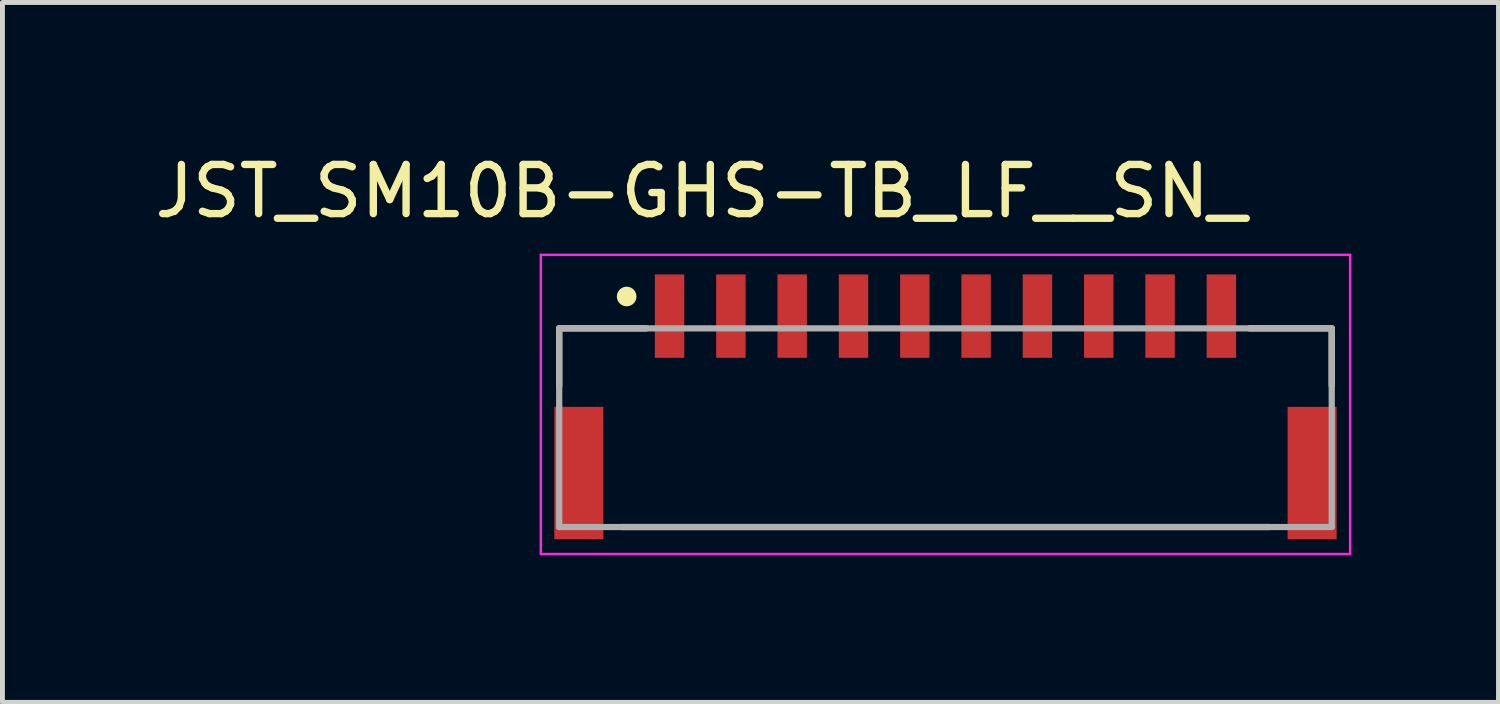
<source format=kicad_pcb>
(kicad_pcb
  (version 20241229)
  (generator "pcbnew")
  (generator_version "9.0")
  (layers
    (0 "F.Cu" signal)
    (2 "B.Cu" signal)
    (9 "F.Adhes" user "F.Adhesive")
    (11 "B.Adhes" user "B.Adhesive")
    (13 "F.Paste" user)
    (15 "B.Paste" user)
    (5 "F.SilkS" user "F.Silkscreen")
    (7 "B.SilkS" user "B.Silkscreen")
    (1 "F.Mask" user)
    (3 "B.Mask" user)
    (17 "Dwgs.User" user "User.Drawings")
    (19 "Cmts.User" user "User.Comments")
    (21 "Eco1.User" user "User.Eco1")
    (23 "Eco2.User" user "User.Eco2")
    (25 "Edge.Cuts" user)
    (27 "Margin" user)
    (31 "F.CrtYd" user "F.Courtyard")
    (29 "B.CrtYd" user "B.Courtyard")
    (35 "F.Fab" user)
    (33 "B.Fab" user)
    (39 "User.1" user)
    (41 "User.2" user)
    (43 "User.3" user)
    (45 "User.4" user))
  (footprint "JST_SM10B-GHS-TB_LF__SN_"
    (layer "F.Cu")
    (at 16.226 6.595)
    (property "Reference" "JST_SM10B-GHS-TB_LF__SN_" (at -4.985 -5.746 0) (layer "F.SilkS") (effects (font (size 1.002 1.002) (thickness 0.15))))
    (attr smd)
    (fp_line (start -7.875 -2.95) (end -6.1 -2.95) (stroke (width 0.127) (type solid)) (layer "F.SilkS"))
    (fp_line (start -7.875 -1.77) (end -7.875 -2.95) (stroke (width 0.127) (type solid)) (layer "F.SilkS"))
    (fp_line (start -6.6 1.1) (end 6.6 1.1) (stroke (width 0.127) (type solid)) (layer "F.SilkS"))
    (fp_line (start 7.875 -2.95) (end 6.2 -2.95) (stroke (width 0.127) (type solid)) (layer "F.SilkS"))
    (fp_line (start 7.875 -1.78) (end 7.875 -2.95) (stroke (width 0.127) (type solid)) (layer "F.SilkS"))
    (fp_circle (center -6.5 -3.6) (end -6.4 -3.6) (stroke (width 0.2) (type solid)) (fill no) (layer "F.SilkS"))
    (fp_line (start -8.25 -4.45) (end 8.25 -4.45) (stroke (width 0.05) (type solid)) (layer "F.CrtYd"))
    (fp_line (start -8.25 1.65) (end -8.25 -4.45) (stroke (width 0.05) (type solid)) (layer "F.CrtYd"))
    (fp_line (start 8.25 -4.45) (end 8.25 1.65) (stroke (width 0.05) (type solid)) (layer "F.CrtYd"))
    (fp_line (start 8.25 1.65) (end -8.25 1.65) (stroke (width 0.05) (type solid)) (layer "F.CrtYd"))
    (fp_line (start -7.875 -2.95) (end 7.875 -2.95) (stroke (width 0.127) (type solid)) (layer "F.Fab"))
    (fp_line (start -7.875 1.1) (end -7.875 -2.95) (stroke (width 0.127) (type solid)) (layer "F.Fab"))
    (fp_line (start 7.875 -2.95) (end 7.875 1.1) (stroke (width 0.127) (type solid)) (layer "F.Fab"))
    (fp_line (start 7.875 1.1) (end -7.875 1.1) (stroke (width 0.127) (type solid)) (layer "F.Fab"))
    (pad "1" smd rect (at -5.625 -3.2) (size 0.6 1.7) (layers "F.Cu" "F.Mask" "F.Paste"))
    (pad "2" smd rect (at -4.375 -3.2) (size 0.6 1.7) (layers "F.Cu" "F.Mask" "F.Paste"))
    (pad "3" smd rect (at -3.125 -3.2) (size 0.6 1.7) (layers "F.Cu" "F.Mask" "F.Paste"))
    (pad "4" smd rect (at -1.875 -3.2) (size 0.6 1.7) (layers "F.Cu" "F.Mask" "F.Paste"))
    (pad "5" smd rect (at -0.625 -3.2) (size 0.6 1.7) (layers "F.Cu" "F.Mask" "F.Paste"))
    (pad "6" smd rect (at 0.625 -3.2) (size 0.6 1.7) (layers "F.Cu" "F.Mask" "F.Paste"))
    (pad "7" smd rect (at 1.875 -3.2) (size 0.6 1.7) (layers "F.Cu" "F.Mask" "F.Paste"))
    (pad "8" smd rect (at 3.125 -3.2) (size 0.6 1.7) (layers "F.Cu" "F.Mask" "F.Paste"))
    (pad "9" smd rect (at 4.375 -3.2) (size 0.6 1.7) (layers "F.Cu" "F.Mask" "F.Paste"))
    (pad "10" smd rect (at 5.625 -3.2) (size 0.6 1.7) (layers "F.Cu" "F.Mask" "F.Paste"))
    (pad "S1" smd rect (at -7.475 0) (size 1 2.7) (layers "F.Cu" "F.Mask" "F.Paste"))
    (pad "S2" smd rect (at 7.475 0) (size 1 2.7) (layers "F.Cu" "F.Mask" "F.Paste")))
  (gr_rect
    (start -3 -3)
    (end 27.501 11.27)
    (stroke (width 0.1) (type default))
    (fill no)
    (layer "Edge.Cuts")))
</source>
